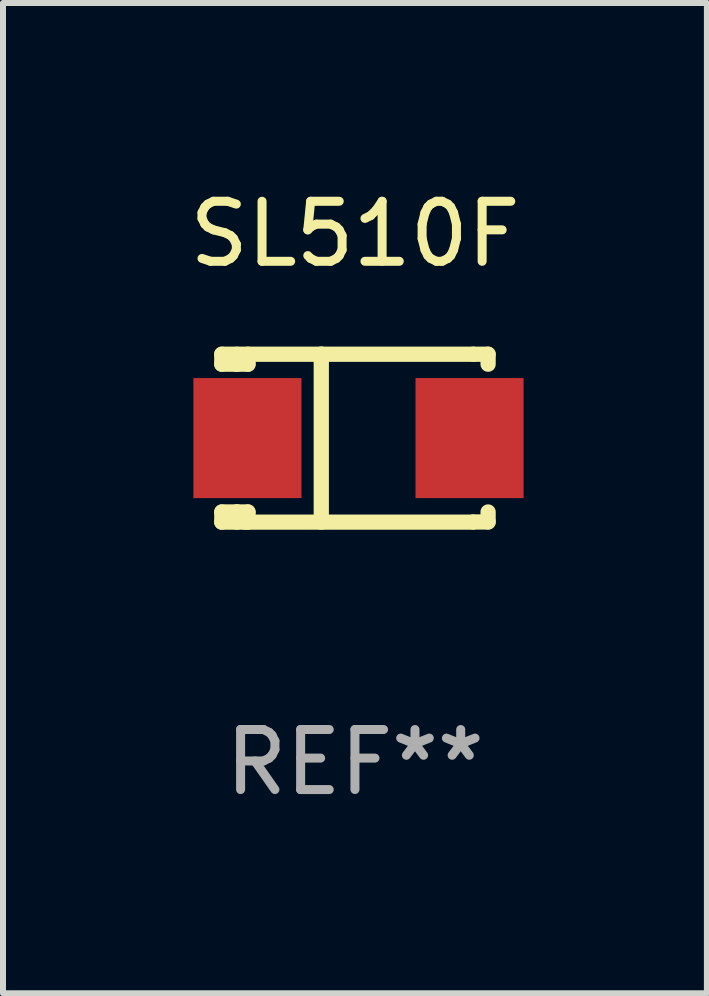
<source format=kicad_pcb>
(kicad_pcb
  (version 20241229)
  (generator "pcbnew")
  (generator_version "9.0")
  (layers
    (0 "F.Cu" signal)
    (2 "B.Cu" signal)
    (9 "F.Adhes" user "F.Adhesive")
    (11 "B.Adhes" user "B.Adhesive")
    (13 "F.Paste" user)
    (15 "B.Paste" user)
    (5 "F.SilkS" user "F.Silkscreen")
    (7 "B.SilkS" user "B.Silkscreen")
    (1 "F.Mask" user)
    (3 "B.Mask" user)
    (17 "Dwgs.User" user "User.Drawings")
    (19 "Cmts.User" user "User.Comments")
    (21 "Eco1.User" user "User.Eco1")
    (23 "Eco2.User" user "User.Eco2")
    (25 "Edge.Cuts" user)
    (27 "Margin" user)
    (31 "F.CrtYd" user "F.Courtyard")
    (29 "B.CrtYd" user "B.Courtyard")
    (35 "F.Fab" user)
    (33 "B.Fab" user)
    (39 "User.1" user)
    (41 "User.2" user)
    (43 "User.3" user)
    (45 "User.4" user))
  (footprint "SL510F"
    (layer "F.Cu")
    (at 2.863 4.248)
    (property "Reference" "SL510F" (at 0 -3.4 0) (layer "F.SilkS") (effects (font (size 1 1) (thickness 0.15))))
    (attr through_hole)
    (fp_line (start -2.218 -1.231) (end -2.218 -1.397) (stroke (width 0.254) (type solid)) (layer "F.SilkS"))
    (fp_line (start -2.218 1.4) (end -2.218 1.231) (stroke (width 0.254) (type solid)) (layer "F.SilkS"))
    (fp_line (start -1.968 -1.397) (end -1.968 -1.231) (stroke (width 0.254) (type solid)) (layer "F.SilkS"))
    (fp_line (start -1.968 -1.231) (end -2.218 -1.231) (stroke (width 0.254) (type solid)) (layer "F.SilkS"))
    (fp_line (start -1.968 1.231) (end -2.218 1.231) (stroke (width 0.254) (type solid)) (layer "F.SilkS"))
    (fp_line (start -1.968 1.231) (end -1.968 1.4) (stroke (width 0.254) (type solid)) (layer "F.SilkS"))
    (fp_line (start -1.832 1.4) (end -2.218 1.4) (stroke (width 0.254) (type solid)) (layer "F.SilkS"))
    (fp_line (start -1.832 1.4) (end 1.968 1.4) (stroke (width 0.254) (type solid)) (layer "F.SilkS"))
    (fp_line (start -1.782 -1.397) (end -1.782 -1.231) (stroke (width 0.254) (type solid)) (layer "F.SilkS"))
    (fp_line (start -1.782 -1.231) (end -1.968 -1.231) (stroke (width 0.254) (type solid)) (layer "F.SilkS"))
    (fp_line (start -1.782 1.231) (end -1.968 1.231) (stroke (width 0.254) (type solid)) (layer "F.SilkS"))
    (fp_line (start -1.782 1.231) (end -1.782 1.4) (stroke (width 0.254) (type solid)) (layer "F.SilkS"))
    (fp_line (start -0.561 -1.4) (end -0.561 1.4) (stroke (width 0.254) (type solid)) (layer "F.SilkS"))
    (fp_line (start 1.973 -1.397) (end -2.218 -1.397) (stroke (width 0.254) (type solid)) (layer "F.SilkS"))
    (fp_line (start 1.973 -1.397) (end 2.218 -1.397) (stroke (width 0.254) (type solid)) (layer "F.SilkS"))
    (fp_line (start 2.218 -1.397) (end 2.218 -1.231) (stroke (width 0.254) (type solid)) (layer "F.SilkS"))
    (fp_line (start 2.218 1.231) (end 2.218 1.397) (stroke (width 0.254) (type solid)) (layer "F.SilkS"))
    (fp_line (start 2.218 1.397) (end 1.968 1.397) (stroke (width 0.254) (type solid)) (layer "F.SilkS"))
    (fp_circle (center -2.242 1.3) (end -2.212 1.3) (stroke (width 0.06) (type solid)) (fill no) (layer "F.SilkS"))
    (fp_text user "REF**" (at 0 5.4 0) (layer "F.Fab") (effects (font (size 1 1) (thickness 0.15))))
    (pad "1" smd rect (at -1.791 0.000025 180) (size 1.8 2) (layers "F.Cu" "F.Mask" "F.Paste"))
    (pad "2" smd rect (at 1.909 0.000025 180) (size 1.8 2) (layers "F.Cu" "F.Mask" "F.Paste")))
  (gr_rect
    (start -3 -3)
    (end 8.726 13.497)
    (stroke (width 0.1) (type default))
    (fill no)
    (layer "Edge.Cuts")))
</source>
